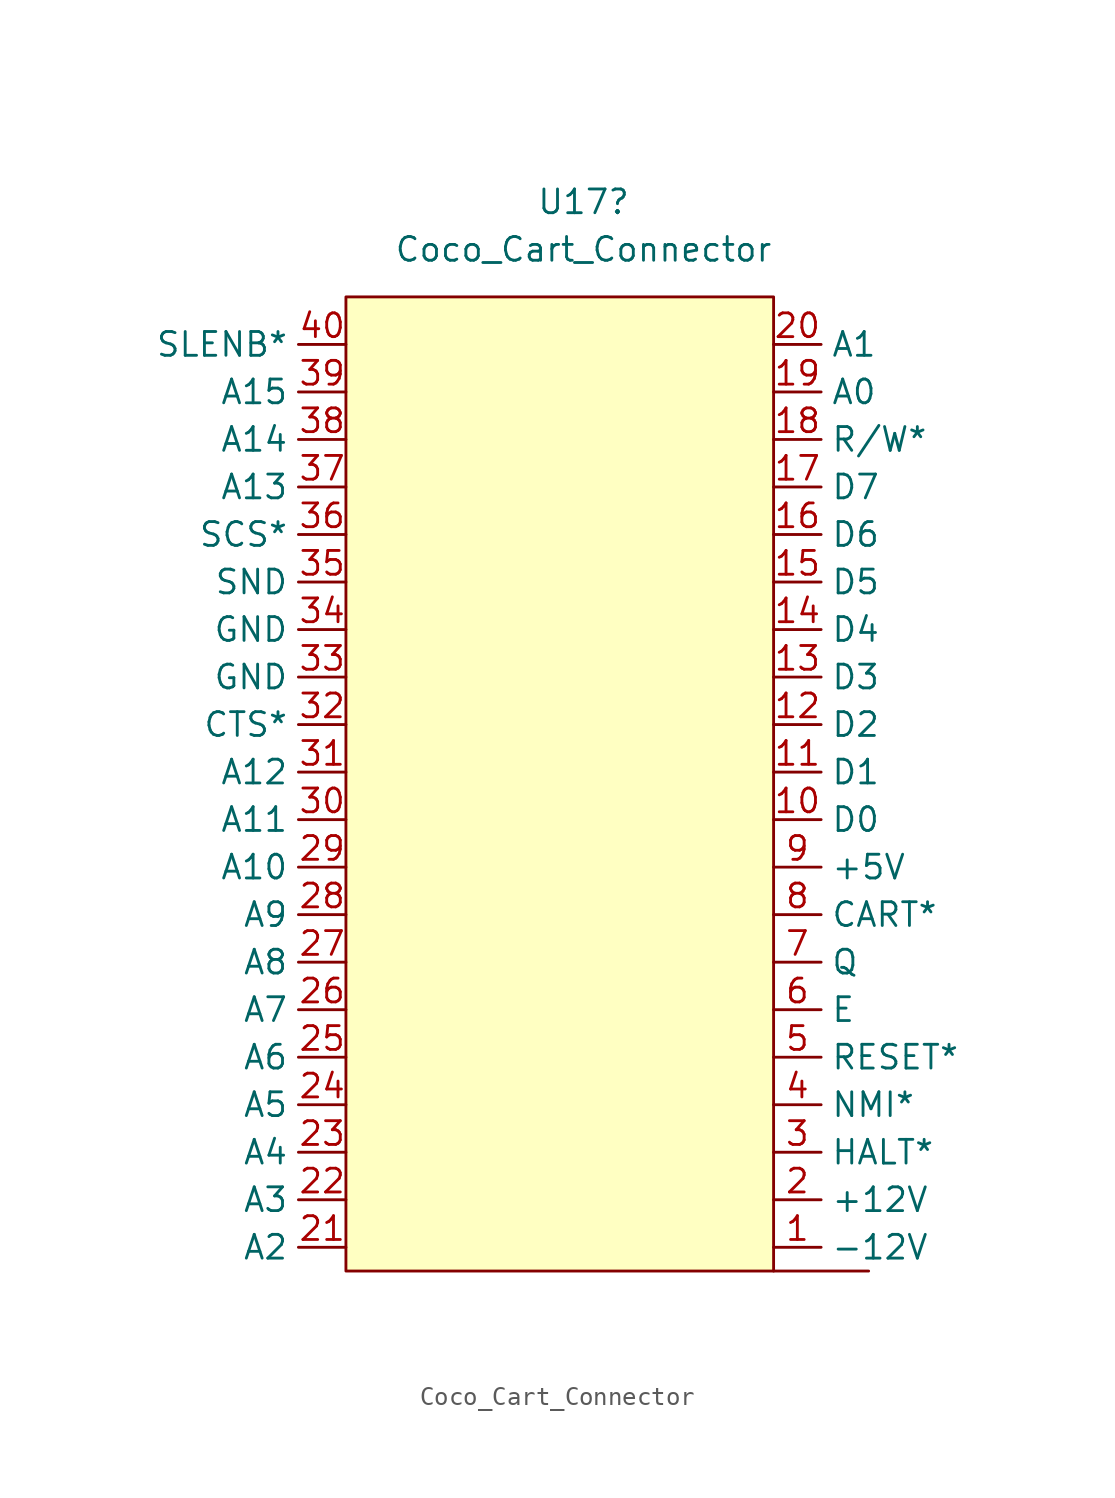
<source format=kicad_sym>
(kicad_symbol_lib
  (version 20211014)
  (generator kicad_symbol_editor)
  (symbol "Coco_Cart_Connector"
    (property "Reference" "U17"
      (at 12.7 57.15 0)
      (effects (font (size 1.27 1.27))))
    (property "Value" "Coco_Cart_Connector"
      (at 12.7 54.61 0)
      (effects (font (size 1.27 1.27))))
    (symbol "Coco_Cart_Connector_0_1"
      (rectangle (start 0 52.07) (end 22.86 0) (stroke (width 0) (type default) (color 0 0 0 0)) (fill (type background)))
      (rectangle (start 27.94 0) (end 22.86 0) (stroke (width 0) (type default) (color 0 0 0 0)) (fill (type none))))
    (symbol "Coco_Cart_Connector_1_1"
      (pin power_in line (at 22.86 1.27 0) (length 2.54) (name "-12V" (effects (font (size 1.27 1.27)))) (number "1" (effects (font (size 1.27 1.27)))))
      (pin bidirectional line (at 22.86 24.13 0) (length 2.54) (name "D0" (effects (font (size 1.27 1.27)))) (number "10" (effects (font (size 1.27 1.27)))))
      (pin bidirectional line (at 22.86 26.67 0) (length 2.54) (name "D1" (effects (font (size 1.27 1.27)))) (number "11" (effects (font (size 1.27 1.27)))))
      (pin bidirectional line (at 22.86 29.21 0) (length 2.54) (name "D2" (effects (font (size 1.27 1.27)))) (number "12" (effects (font (size 1.27 1.27)))))
      (pin bidirectional line (at 22.86 31.75 0) (length 2.54) (name "D3" (effects (font (size 1.27 1.27)))) (number "13" (effects (font (size 1.27 1.27)))))
      (pin bidirectional line (at 22.86 34.29 0) (length 2.54) (name "D4" (effects (font (size 1.27 1.27)))) (number "14" (effects (font (size 1.27 1.27)))))
      (pin bidirectional line (at 22.86 36.83 0) (length 2.54) (name "D5" (effects (font (size 1.27 1.27)))) (number "15" (effects (font (size 1.27 1.27)))))
      (pin bidirectional line (at 22.86 39.37 0) (length 2.54) (name "D6" (effects (font (size 1.27 1.27)))) (number "16" (effects (font (size 1.27 1.27)))))
      (pin bidirectional line (at 22.86 41.91 0) (length 2.54) (name "D7" (effects (font (size 1.27 1.27)))) (number "17" (effects (font (size 1.27 1.27)))))
      (pin output line (at 22.86 44.45 0) (length 2.54) (name "R/W*" (effects (font (size 1.27 1.27)))) (number "18" (effects (font (size 1.27 1.27)))))
      (pin output line (at 22.86 46.99 0) (length 2.54) (name "A0" (effects (font (size 1.27 1.27)))) (number "19" (effects (font (size 1.27 1.27)))))
      (pin power_in line (at 22.86 3.81 0) (length 2.54) (name "+12V" (effects (font (size 1.27 1.27)))) (number "2" (effects (font (size 1.27 1.27)))))
      (pin output line (at 22.86 49.53 0) (length 2.54) (name "A1" (effects (font (size 1.27 1.27)))) (number "20" (effects (font (size 1.27 1.27)))))
      (pin output line (at 0 1.27 180) (length 2.54) (name "A2" (effects (font (size 1.27 1.27)))) (number "21" (effects (font (size 1.27 1.27)))))
      (pin output line (at 0 3.81 180) (length 2.54) (name "A3" (effects (font (size 1.27 1.27)))) (number "22" (effects (font (size 1.27 1.27)))))
      (pin output line (at 0 6.35 180) (length 2.54) (name "A4" (effects (font (size 1.27 1.27)))) (number "23" (effects (font (size 1.27 1.27)))))
      (pin output line (at 0 8.89 180) (length 2.54) (name "A5" (effects (font (size 1.27 1.27)))) (number "24" (effects (font (size 1.27 1.27)))))
      (pin output line (at 0 11.43 180) (length 2.54) (name "A6" (effects (font (size 1.27 1.27)))) (number "25" (effects (font (size 1.27 1.27)))))
      (pin output line (at 0 13.97 180) (length 2.54) (name "A7" (effects (font (size 1.27 1.27)))) (number "26" (effects (font (size 1.27 1.27)))))
      (pin output line (at 0 16.51 180) (length 2.54) (name "A8" (effects (font (size 1.27 1.27)))) (number "27" (effects (font (size 1.27 1.27)))))
      (pin output line (at 0 19.05 180) (length 2.54) (name "A9" (effects (font (size 1.27 1.27)))) (number "28" (effects (font (size 1.27 1.27)))))
      (pin output line (at 0 21.59 180) (length 2.54) (name "A10" (effects (font (size 1.27 1.27)))) (number "29" (effects (font (size 1.27 1.27)))))
      (pin input line (at 22.86 6.35 0) (length 2.54) (name "HALT*" (effects (font (size 1.27 1.27)))) (number "3" (effects (font (size 1.27 1.27)))))
      (pin output line (at 0 24.13 180) (length 2.54) (name "A11" (effects (font (size 1.27 1.27)))) (number "30" (effects (font (size 1.27 1.27)))))
      (pin output line (at 0 26.67 180) (length 2.54) (name "A12" (effects (font (size 1.27 1.27)))) (number "31" (effects (font (size 1.27 1.27)))))
      (pin output line (at 0 29.21 180) (length 2.54) (name "CTS*" (effects (font (size 1.27 1.27)))) (number "32" (effects (font (size 1.27 1.27)))))
      (pin power_in line (at 0 31.75 180) (length 2.54) (name "GND" (effects (font (size 1.27 1.27)))) (number "33" (effects (font (size 1.27 1.27)))))
      (pin power_in line (at 0 34.29 180) (length 2.54) (name "GND" (effects (font (size 1.27 1.27)))) (number "34" (effects (font (size 1.27 1.27)))))
      (pin output line (at 0 36.83 180) (length 2.54) (name "SND" (effects (font (size 1.27 1.27)))) (number "35" (effects (font (size 1.27 1.27)))))
      (pin output line (at 0 39.37 180) (length 2.54) (name "SCS*" (effects (font (size 1.27 1.27)))) (number "36" (effects (font (size 1.27 1.27)))))
      (pin output line (at 0 41.91 180) (length 2.54) (name "A13" (effects (font (size 1.27 1.27)))) (number "37" (effects (font (size 1.27 1.27)))))
      (pin output line (at 0 44.45 180) (length 2.54) (name "A14" (effects (font (size 1.27 1.27)))) (number "38" (effects (font (size 1.27 1.27)))))
      (pin output line (at 0 46.99 180) (length 2.54) (name "A15" (effects (font (size 1.27 1.27)))) (number "39" (effects (font (size 1.27 1.27)))))
      (pin input line (at 22.86 8.89 0) (length 2.54) (name "NMI*" (effects (font (size 1.27 1.27)))) (number "4" (effects (font (size 1.27 1.27)))))
      (pin input line (at 0 49.53 180) (length 2.54) (name "SLENB*" (effects (font (size 1.27 1.27)))) (number "40" (effects (font (size 1.27 1.27)))))
      (pin output line (at 22.86 11.43 0) (length 2.54) (name "RESET*" (effects (font (size 1.27 1.27)))) (number "5" (effects (font (size 1.27 1.27)))))
      (pin output line (at 22.86 13.97 0) (length 2.54) (name "E" (effects (font (size 1.27 1.27)))) (number "6" (effects (font (size 1.27 1.27)))))
      (pin output line (at 22.86 16.51 0) (length 2.54) (name "Q" (effects (font (size 1.27 1.27)))) (number "7" (effects (font (size 1.27 1.27)))))
      (pin input line (at 22.86 19.05 0) (length 2.54) (name "CART*" (effects (font (size 1.27 1.27)))) (number "8" (effects (font (size 1.27 1.27)))))
      (pin power_out line (at 22.86 21.59 0) (length 2.54) (name "+5V" (effects (font (size 1.27 1.27)))) (number "9" (effects (font (size 1.27 1.27))))))))
</source>
